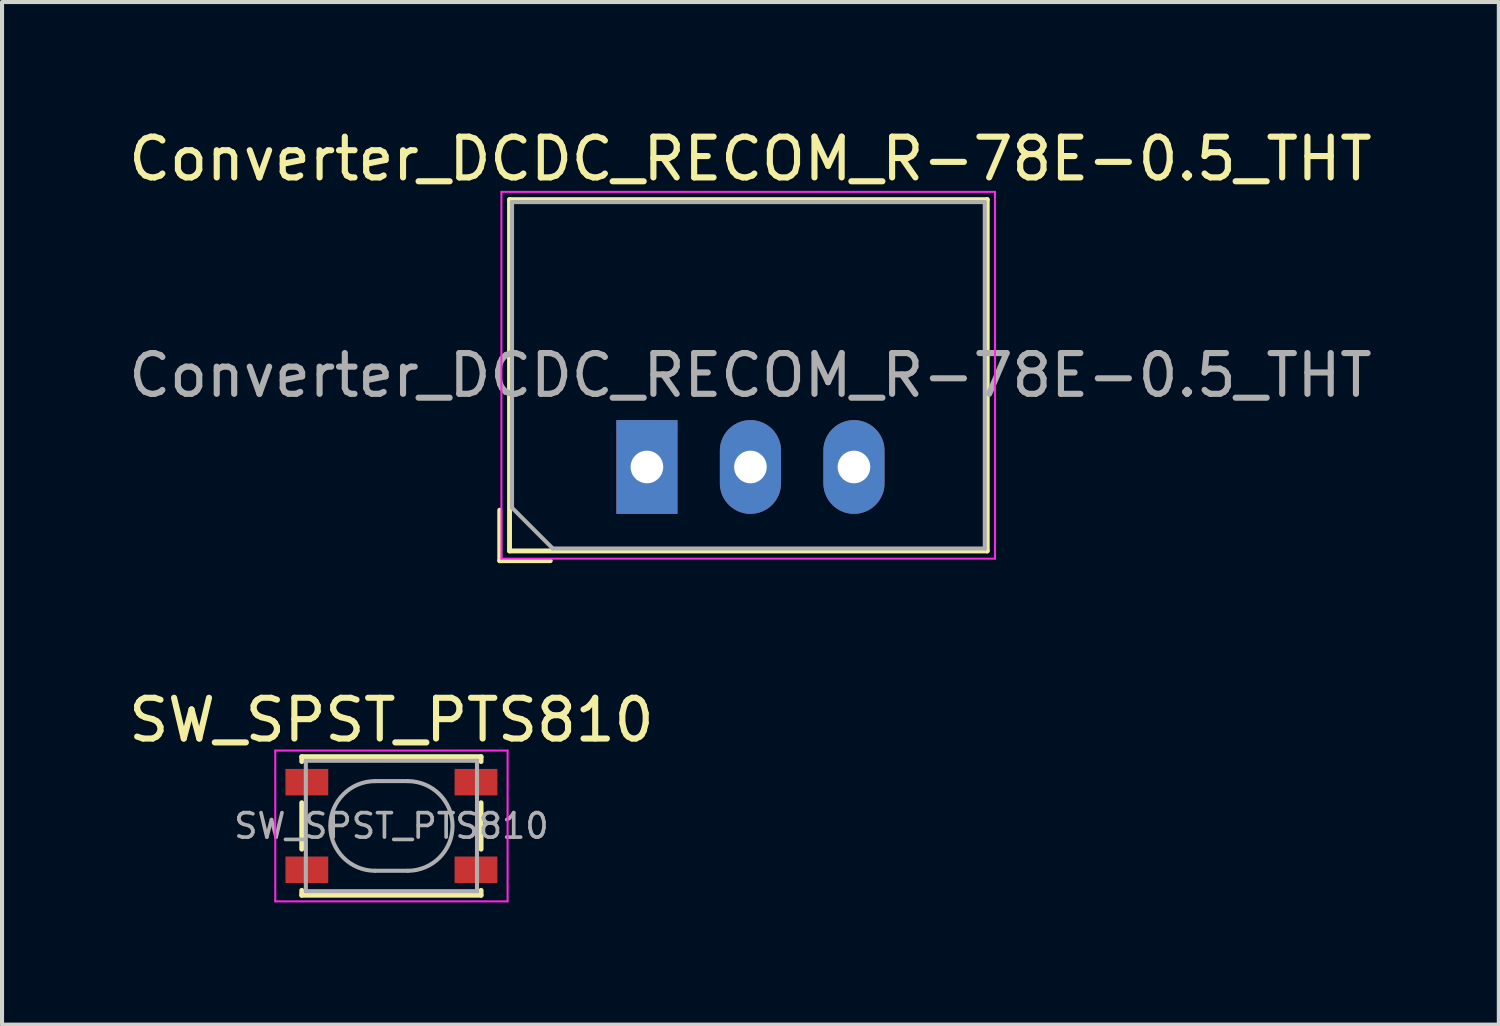
<source format=kicad_pcb>
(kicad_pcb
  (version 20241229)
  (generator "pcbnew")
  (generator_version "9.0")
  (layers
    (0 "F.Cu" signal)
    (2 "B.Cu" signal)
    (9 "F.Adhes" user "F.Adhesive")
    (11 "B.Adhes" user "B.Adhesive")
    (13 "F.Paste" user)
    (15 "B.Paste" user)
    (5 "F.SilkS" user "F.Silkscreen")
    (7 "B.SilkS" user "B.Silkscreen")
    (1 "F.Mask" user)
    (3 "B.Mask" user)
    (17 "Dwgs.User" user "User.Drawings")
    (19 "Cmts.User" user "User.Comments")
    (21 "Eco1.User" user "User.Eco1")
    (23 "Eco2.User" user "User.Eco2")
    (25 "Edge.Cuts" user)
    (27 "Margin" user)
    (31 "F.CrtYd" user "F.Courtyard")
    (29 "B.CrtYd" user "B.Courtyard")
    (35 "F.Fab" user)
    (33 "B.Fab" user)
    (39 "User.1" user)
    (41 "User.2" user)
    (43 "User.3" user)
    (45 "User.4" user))
  (footprint "SW_SPST_PTS810"
    (layer "F.Cu")
    (at 6.554 17.216)
    (property "Reference" "SW_SPST_PTS810" (at 0 -2.6 0) (layer "F.SilkS") (effects (font (size 1 1) (thickness 0.15))))
    (attr smd)
    (fp_line (start -2.2 -1.7) (end -2.2 -1.58) (stroke (width 0.12) (type solid)) (layer "F.SilkS"))
    (fp_line (start -2.2 -0.57) (end -2.2 0.57) (stroke (width 0.12) (type solid)) (layer "F.SilkS"))
    (fp_line (start -2.2 1.58) (end -2.2 1.7) (stroke (width 0.12) (type solid)) (layer "F.SilkS"))
    (fp_line (start -2.2 1.7) (end 2.2 1.7) (stroke (width 0.12) (type solid)) (layer "F.SilkS"))
    (fp_line (start 2.2 -1.7) (end -2.2 -1.7) (stroke (width 0.12) (type solid)) (layer "F.SilkS"))
    (fp_line (start 2.2 -1.58) (end 2.2 -1.7) (stroke (width 0.12) (type solid)) (layer "F.SilkS"))
    (fp_line (start 2.2 0.57) (end 2.2 -0.57) (stroke (width 0.12) (type solid)) (layer "F.SilkS"))
    (fp_line (start 2.2 1.7) (end 2.2 1.58) (stroke (width 0.12) (type solid)) (layer "F.SilkS"))
    (fp_line (start -2.85 -1.85) (end 2.85 -1.85) (stroke (width 0.05) (type solid)) (layer "F.CrtYd"))
    (fp_line (start -2.85 1.85) (end -2.85 -1.85) (stroke (width 0.05) (type solid)) (layer "F.CrtYd"))
    (fp_line (start 2.85 -1.85) (end 2.85 1.85) (stroke (width 0.05) (type solid)) (layer "F.CrtYd"))
    (fp_line (start 2.85 1.85) (end -2.85 1.85) (stroke (width 0.05) (type solid)) (layer "F.CrtYd"))
    (fp_line (start -2.1 -1.6) (end -2.1 1.6) (stroke (width 0.1) (type solid)) (layer "F.Fab"))
    (fp_line (start -2.1 1.6) (end 2.1 1.6) (stroke (width 0.1) (type solid)) (layer "F.Fab"))
    (fp_line (start -0.4 -1.1) (end 0.4 -1.1) (stroke (width 0.1) (type solid)) (layer "F.Fab"))
    (fp_line (start 0.4 1.1) (end -0.4 1.1) (stroke (width 0.1) (type solid)) (layer "F.Fab"))
    (fp_line (start 2.1 -1.6) (end -2.1 -1.6) (stroke (width 0.1) (type solid)) (layer "F.Fab"))
    (fp_line (start 2.1 1.6) (end 2.1 -1.6) (stroke (width 0.1) (type solid)) (layer "F.Fab"))
    (fp_arc (start -0.4 1.1) (mid -1.5 0) (end -0.4 -1.1) (stroke (width 0.1) (type solid)) (layer "F.Fab"))
    (fp_arc (start 0.4 -1.1) (mid 1.5 0) (end 0.4 1.1) (stroke (width 0.1) (type solid)) (layer "F.Fab"))
    (fp_text user "${REFERENCE}" (at 0 0 0) (layer "F.Fab") (effects (font (size 0.6 0.6) (thickness 0.09))))
    (pad "1" smd rect (at -2.075 -1.075) (size 1.05 0.65) (layers "F.Cu" "F.Mask" "F.Paste"))
    (pad "1" smd rect (at 2.075 -1.075) (size 1.05 0.65) (layers "F.Cu" "F.Mask" "F.Paste"))
    (pad "2" smd rect (at -2.075 1.075) (size 1.05 0.65) (layers "F.Cu" "F.Mask" "F.Paste"))
    (pad "2" smd rect (at 2.075 1.075) (size 1.05 0.65) (layers "F.Cu" "F.Mask" "F.Paste")))
  (footprint "Converter_DCDC_RECOM_R-78E-0.5_THT"
    (layer "F.Cu")
    (at 12.823 8.408)
    (property "Reference" "Converter_DCDC_RECOM_R-78E-0.5_THT" (at 2.54 -7.56 0) (layer "F.SilkS") (effects (font (size 1 1) (thickness 0.15))))
    (attr through_hole)
    (fp_line (start -3.611 1.06) (end -3.611 2.3) (stroke (width 0.12) (type solid)) (layer "F.SilkS"))
    (fp_line (start -3.611 2.3) (end -2.371 2.3) (stroke (width 0.12) (type solid)) (layer "F.SilkS"))
    (fp_line (start -3.371 -6.56) (end -3.371 2.06) (stroke (width 0.12) (type solid)) (layer "F.SilkS"))
    (fp_line (start -3.371 -6.56) (end 8.35 -6.56) (stroke (width 0.12) (type solid)) (layer "F.SilkS"))
    (fp_line (start -3.371 2.06) (end 8.35 2.06) (stroke (width 0.12) (type solid)) (layer "F.SilkS"))
    (fp_line (start 8.35 -6.56) (end 8.35 2.06) (stroke (width 0.12) (type solid)) (layer "F.SilkS"))
    (fp_line (start -3.57 -6.75) (end -3.57 2.25) (stroke (width 0.05) (type solid)) (layer "F.CrtYd"))
    (fp_line (start -3.57 2.25) (end 8.54 2.25) (stroke (width 0.05) (type solid)) (layer "F.CrtYd"))
    (fp_line (start 8.54 -6.75) (end -3.57 -6.75) (stroke (width 0.05) (type solid)) (layer "F.CrtYd"))
    (fp_line (start 8.54 2.25) (end 8.54 -6.75) (stroke (width 0.05) (type solid)) (layer "F.CrtYd"))
    (fp_line (start -3.31 -6.5) (end 8.29 -6.5) (stroke (width 0.1) (type solid)) (layer "F.Fab"))
    (fp_line (start -3.31 1) (end -3.31 -6.5) (stroke (width 0.1) (type solid)) (layer "F.Fab"))
    (fp_line (start -2.31 2) (end -3.31 1) (stroke (width 0.1) (type solid)) (layer "F.Fab"))
    (fp_line (start 8.29 -6.5) (end 8.29 2) (stroke (width 0.1) (type solid)) (layer "F.Fab"))
    (fp_line (start 8.29 2) (end -2.31 2) (stroke (width 0.1) (type solid)) (layer "F.Fab"))
    (fp_text user "${REFERENCE}" (at 2.54 -2.25 0) (layer "F.Fab") (effects (font (size 1 1) (thickness 0.15))))
    (pad "1" thru_hole rect (at 0 0) (size 1.5 2.3) (drill 0.8) (layers "*.Cu" "*.Mask"))
    (pad "2" thru_hole oval (at 2.54 0) (size 1.5 2.3) (drill 0.8) (layers "*.Cu" "*.Mask"))
    (pad "3" thru_hole oval (at 5.08 0) (size 1.5 2.3) (drill 0.8) (layers "*.Cu" "*.Mask")))
  (gr_rect
    (start -3 -3)
    (end 33.726 22.091)
    (stroke (width 0.1) (type default))
    (fill no)
    (layer "Edge.Cuts")))
</source>
